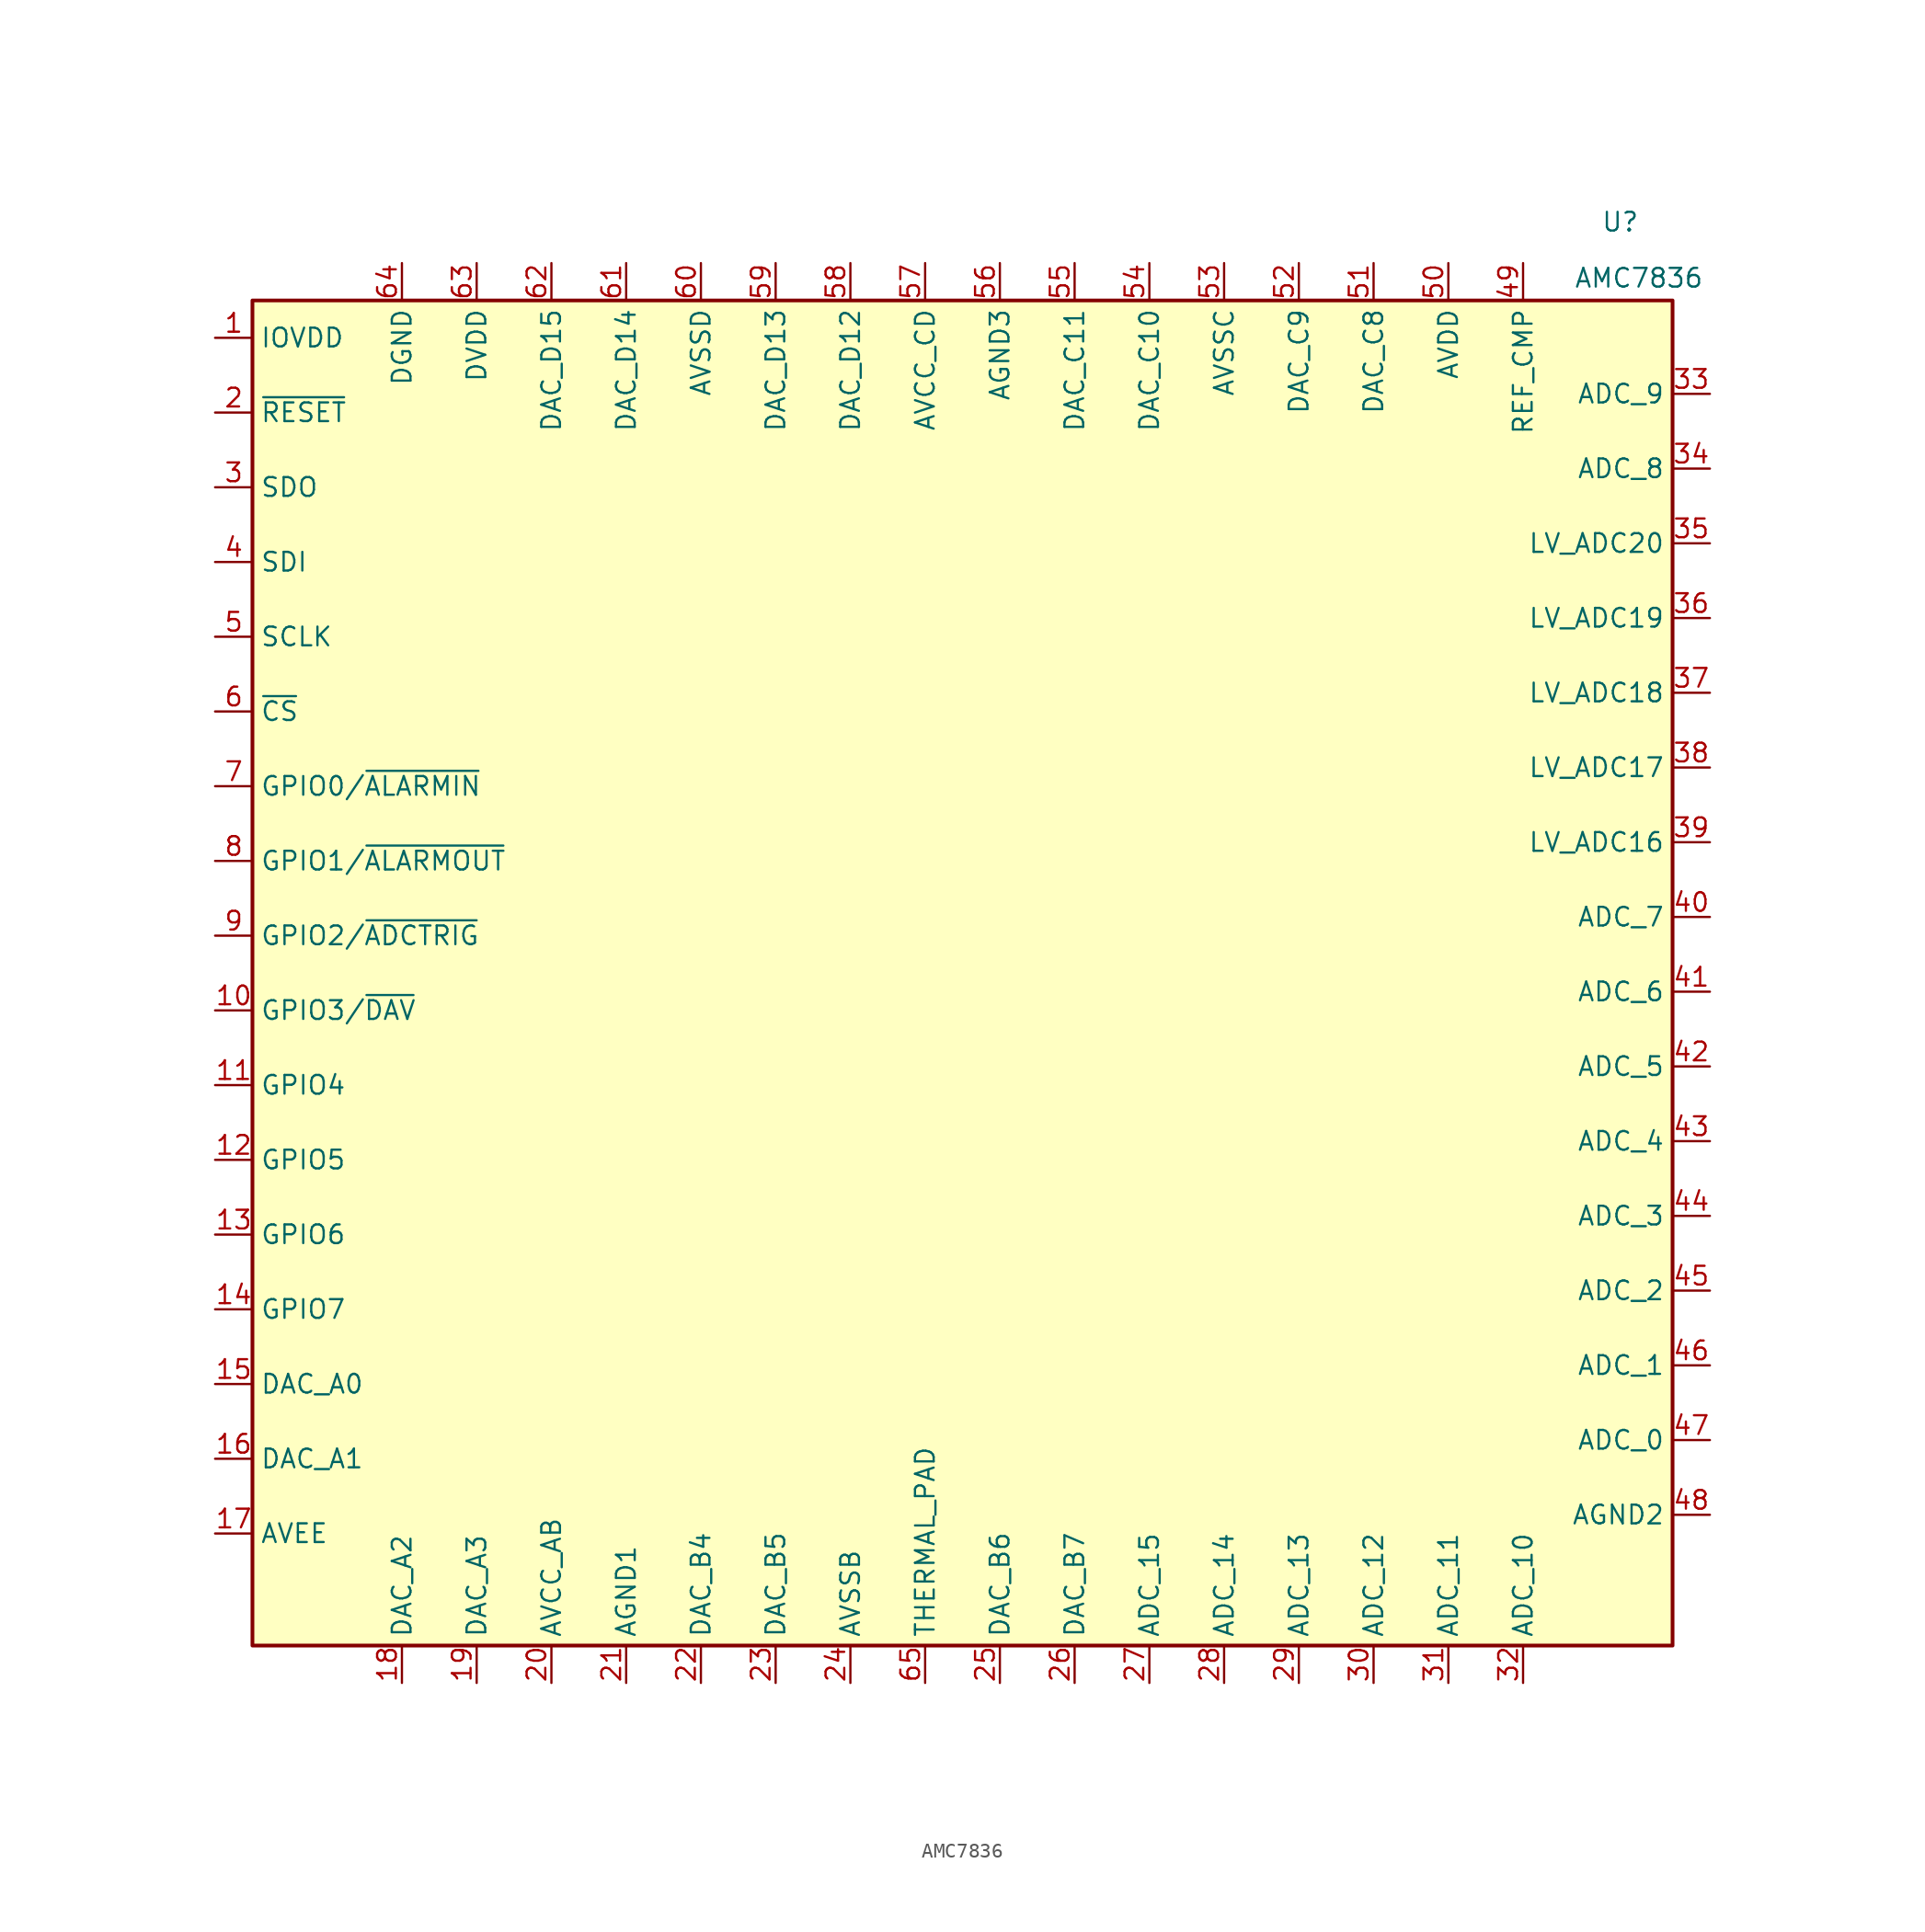
<source format=kicad_sym>
(kicad_symbol_lib
  (version 20231120)
  (generator "kicad_symbol_editor")
  (generator_version "8.0")
  (symbol "AMC7836"
    (property "Reference" "U"
      (at 43.434 54.864 0)
      (effects (font (size 1.27 1.27))))
    (property "Value" "AMC7836"
      (at 44.704 51.054 0)
      (effects (font (size 1.27 1.27))))
    (symbol "AMC7836_0_1"
      (rectangle (start -49.53 49.53) (end 46.99 -41.91) (stroke (width 0.254) (type default)) (fill (type background))))
    (symbol "AMC7836_1_1"
      (pin power_in line (at -52.07 46.99 0) (length 2.54) (name "IOVDD" (effects (font (size 1.27 1.27)))) (number "1" (effects (font (size 1.27 1.27)))))
      (pin bidirectional line (at -52.07 1.27 0) (length 2.54) (name "GPIO3/~{DAV}" (effects (font (size 1.27 1.27)))) (number "10" (effects (font (size 1.27 1.27)))))
      (pin bidirectional line (at -52.07 -3.81 0) (length 2.54) (name "GPIO4" (effects (font (size 1.27 1.27)))) (number "11" (effects (font (size 1.27 1.27)))))
      (pin bidirectional line (at -52.07 -8.89 0) (length 2.54) (name "GPIO5" (effects (font (size 1.27 1.27)))) (number "12" (effects (font (size 1.27 1.27)))))
      (pin bidirectional line (at -52.07 -13.97 0) (length 2.54) (name "GPIO6" (effects (font (size 1.27 1.27)))) (number "13" (effects (font (size 1.27 1.27)))))
      (pin bidirectional line (at -52.07 -19.05 0) (length 2.54) (name "GPIO7" (effects (font (size 1.27 1.27)))) (number "14" (effects (font (size 1.27 1.27)))))
      (pin output line (at -52.07 -24.13 0) (length 2.54) (name "DAC_A0" (effects (font (size 1.27 1.27)))) (number "15" (effects (font (size 1.27 1.27)))))
      (pin output line (at -52.07 -29.21 0) (length 2.54) (name "DAC_A1" (effects (font (size 1.27 1.27)))) (number "16" (effects (font (size 1.27 1.27)))))
      (pin power_in line (at -52.07 -34.29 0) (length 2.54) (name "AVEE" (effects (font (size 1.27 1.27)))) (number "17" (effects (font (size 1.27 1.27)))))
      (pin output line (at -39.37 -44.45 90) (length 2.54) (name "DAC_A2" (effects (font (size 1.27 1.27)))) (number "18" (effects (font (size 1.27 1.27)))))
      (pin output line (at -34.29 -44.45 90) (length 2.54) (name "DAC_A3" (effects (font (size 1.27 1.27)))) (number "19" (effects (font (size 1.27 1.27)))))
      (pin input line (at -52.07 41.91 0) (length 2.54) (name "~{RESET}" (effects (font (size 1.27 1.27)))) (number "2" (effects (font (size 1.27 1.27)))))
      (pin power_in line (at -29.21 -44.45 90) (length 2.54) (name "AVCC_AB" (effects (font (size 1.27 1.27)))) (number "20" (effects (font (size 1.27 1.27)))))
      (pin power_in line (at -24.13 -44.45 90) (length 2.54) (name "AGND1" (effects (font (size 1.27 1.27)))) (number "21" (effects (font (size 1.27 1.27)))))
      (pin output line (at -19.05 -44.45 90) (length 2.54) (name "DAC_B4" (effects (font (size 1.27 1.27)))) (number "22" (effects (font (size 1.27 1.27)))))
      (pin output line (at -13.97 -44.45 90) (length 2.54) (name "DAC_B5" (effects (font (size 1.27 1.27)))) (number "23" (effects (font (size 1.27 1.27)))))
      (pin power_in line (at -8.89 -44.45 90) (length 2.54) (name "AVSSB" (effects (font (size 1.27 1.27)))) (number "24" (effects (font (size 1.27 1.27)))))
      (pin output line (at 1.27 -44.45 90) (length 2.54) (name "DAC_B6" (effects (font (size 1.27 1.27)))) (number "25" (effects (font (size 1.27 1.27)))))
      (pin output line (at 6.35 -44.45 90) (length 2.54) (name "DAC_B7" (effects (font (size 1.27 1.27)))) (number "26" (effects (font (size 1.27 1.27)))))
      (pin input line (at 11.43 -44.45 90) (length 2.54) (name "ADC_15" (effects (font (size 1.27 1.27)))) (number "27" (effects (font (size 1.27 1.27)))))
      (pin input line (at 16.51 -44.45 90) (length 2.54) (name "ADC_14" (effects (font (size 1.27 1.27)))) (number "28" (effects (font (size 1.27 1.27)))))
      (pin input line (at 21.59 -44.45 90) (length 2.54) (name "ADC_13" (effects (font (size 1.27 1.27)))) (number "29" (effects (font (size 1.27 1.27)))))
      (pin output line (at -52.07 36.83 0) (length 2.54) (name "SDO" (effects (font (size 1.27 1.27)))) (number "3" (effects (font (size 1.27 1.27)))))
      (pin input line (at 26.67 -44.45 90) (length 2.54) (name "ADC_12" (effects (font (size 1.27 1.27)))) (number "30" (effects (font (size 1.27 1.27)))))
      (pin input line (at 31.75 -44.45 90) (length 2.54) (name "ADC_11" (effects (font (size 1.27 1.27)))) (number "31" (effects (font (size 1.27 1.27)))))
      (pin input line (at 36.83 -44.45 90) (length 2.54) (name "ADC_10" (effects (font (size 1.27 1.27)))) (number "32" (effects (font (size 1.27 1.27)))))
      (pin input line (at 49.53 43.18 180) (length 2.54) (name "ADC_9" (effects (font (size 1.27 1.27)))) (number "33" (effects (font (size 1.27 1.27)))))
      (pin input line (at 49.53 38.1 180) (length 2.54) (name "ADC_8" (effects (font (size 1.27 1.27)))) (number "34" (effects (font (size 1.27 1.27)))))
      (pin input line (at 49.53 33.02 180) (length 2.54) (name "LV_ADC20" (effects (font (size 1.27 1.27)))) (number "35" (effects (font (size 1.27 1.27)))))
      (pin input line (at 49.53 27.94 180) (length 2.54) (name "LV_ADC19" (effects (font (size 1.27 1.27)))) (number "36" (effects (font (size 1.27 1.27)))))
      (pin input line (at 49.53 22.86 180) (length 2.54) (name "LV_ADC18" (effects (font (size 1.27 1.27)))) (number "37" (effects (font (size 1.27 1.27)))))
      (pin input line (at 49.53 17.78 180) (length 2.54) (name "LV_ADC17" (effects (font (size 1.27 1.27)))) (number "38" (effects (font (size 1.27 1.27)))))
      (pin input line (at 49.53 12.7 180) (length 2.54) (name "LV_ADC16" (effects (font (size 1.27 1.27)))) (number "39" (effects (font (size 1.27 1.27)))))
      (pin input line (at -52.07 31.75 0) (length 2.54) (name "SDI" (effects (font (size 1.27 1.27)))) (number "4" (effects (font (size 1.27 1.27)))))
      (pin input line (at 49.53 7.62 180) (length 2.54) (name "ADC_7" (effects (font (size 1.27 1.27)))) (number "40" (effects (font (size 1.27 1.27)))))
      (pin input line (at 49.53 2.54 180) (length 2.54) (name "ADC_6" (effects (font (size 1.27 1.27)))) (number "41" (effects (font (size 1.27 1.27)))))
      (pin input line (at 49.53 -2.54 180) (length 2.54) (name "ADC_5" (effects (font (size 1.27 1.27)))) (number "42" (effects (font (size 1.27 1.27)))))
      (pin input line (at 49.53 -7.62 180) (length 2.54) (name "ADC_4" (effects (font (size 1.27 1.27)))) (number "43" (effects (font (size 1.27 1.27)))))
      (pin input line (at 49.53 -12.7 180) (length 2.54) (name "ADC_3" (effects (font (size 1.27 1.27)))) (number "44" (effects (font (size 1.27 1.27)))))
      (pin input line (at 49.53 -17.78 180) (length 2.54) (name "ADC_2" (effects (font (size 1.27 1.27)))) (number "45" (effects (font (size 1.27 1.27)))))
      (pin input line (at 49.53 -22.86 180) (length 2.54) (name "ADC_1" (effects (font (size 1.27 1.27)))) (number "46" (effects (font (size 1.27 1.27)))))
      (pin input line (at 49.53 -27.94 180) (length 2.54) (name "ADC_0" (effects (font (size 1.27 1.27)))) (number "47" (effects (font (size 1.27 1.27)))))
      (pin power_in line (at 49.53 -33.02 180) (length 2.54) (name "AGND2" (effects (font (size 1.27 1.27)))) (number "48" (effects (font (size 1.27 1.27)))))
      (pin power_out line (at 36.83 52.07 270) (length 2.54) (name "REF_CMP" (effects (font (size 1.27 1.27)))) (number "49" (effects (font (size 1.27 1.27)))))
      (pin input line (at -52.07 26.67 0) (length 2.54) (name "SCLK" (effects (font (size 1.27 1.27)))) (number "5" (effects (font (size 1.27 1.27)))))
      (pin power_in line (at 31.75 52.07 270) (length 2.54) (name "AVDD" (effects (font (size 1.27 1.27)))) (number "50" (effects (font (size 1.27 1.27)))))
      (pin output line (at 26.67 52.07 270) (length 2.54) (name "DAC_C8" (effects (font (size 1.27 1.27)))) (number "51" (effects (font (size 1.27 1.27)))))
      (pin output line (at 21.59 52.07 270) (length 2.54) (name "DAC_C9" (effects (font (size 1.27 1.27)))) (number "52" (effects (font (size 1.27 1.27)))))
      (pin power_in line (at 16.51 52.07 270) (length 2.54) (name "AVSSC" (effects (font (size 1.27 1.27)))) (number "53" (effects (font (size 1.27 1.27)))))
      (pin output line (at 11.43 52.07 270) (length 2.54) (name "DAC_C10" (effects (font (size 1.27 1.27)))) (number "54" (effects (font (size 1.27 1.27)))))
      (pin output line (at 6.35 52.07 270) (length 2.54) (name "DAC_C11" (effects (font (size 1.27 1.27)))) (number "55" (effects (font (size 1.27 1.27)))))
      (pin power_in line (at 1.27 52.07 270) (length 2.54) (name "AGND3" (effects (font (size 1.27 1.27)))) (number "56" (effects (font (size 1.27 1.27)))))
      (pin power_in line (at -3.81 52.07 270) (length 2.54) (name "AVCC_CD" (effects (font (size 1.27 1.27)))) (number "57" (effects (font (size 1.27 1.27)))))
      (pin output line (at -8.89 52.07 270) (length 2.54) (name "DAC_D12" (effects (font (size 1.27 1.27)))) (number "58" (effects (font (size 1.27 1.27)))))
      (pin output line (at -13.97 52.07 270) (length 2.54) (name "DAC_D13" (effects (font (size 1.27 1.27)))) (number "59" (effects (font (size 1.27 1.27)))))
      (pin input line (at -52.07 21.59 0) (length 2.54) (name "~{CS}" (effects (font (size 1.27 1.27)))) (number "6" (effects (font (size 1.27 1.27)))))
      (pin power_in line (at -19.05 52.07 270) (length 2.54) (name "AVSSD" (effects (font (size 1.27 1.27)))) (number "60" (effects (font (size 1.27 1.27)))))
      (pin output line (at -24.13 52.07 270) (length 2.54) (name "DAC_D14" (effects (font (size 1.27 1.27)))) (number "61" (effects (font (size 1.27 1.27)))))
      (pin output line (at -29.21 52.07 270) (length 2.54) (name "DAC_D15" (effects (font (size 1.27 1.27)))) (number "62" (effects (font (size 1.27 1.27)))))
      (pin power_in line (at -34.29 52.07 270) (length 2.54) (name "DVDD" (effects (font (size 1.27 1.27)))) (number "63" (effects (font (size 1.27 1.27)))))
      (pin power_in line (at -39.37 52.07 270) (length 2.54) (name "DGND" (effects (font (size 1.27 1.27)))) (number "64" (effects (font (size 1.27 1.27)))))
      (pin passive line (at -3.81 -44.45 90) (length 2.54) (name "THERMAL_PAD" (effects (font (size 1.27 1.27)))) (number "65" (effects (font (size 1.27 1.27)))))
      (pin bidirectional line (at -52.07 16.51 0) (length 2.54) (name "GPIO0/~{ALARMIN}" (effects (font (size 1.27 1.27)))) (number "7" (effects (font (size 1.27 1.27)))))
      (pin bidirectional line (at -52.07 11.43 0) (length 2.54) (name "GPIO1/~{ALARMOUT}" (effects (font (size 1.27 1.27)))) (number "8" (effects (font (size 1.27 1.27)))))
      (pin bidirectional line (at -52.07 6.35 0) (length 2.54) (name "GPIO2/~{ADCTRIG}" (effects (font (size 1.27 1.27)))) (number "9" (effects (font (size 1.27 1.27))))))))
</source>
